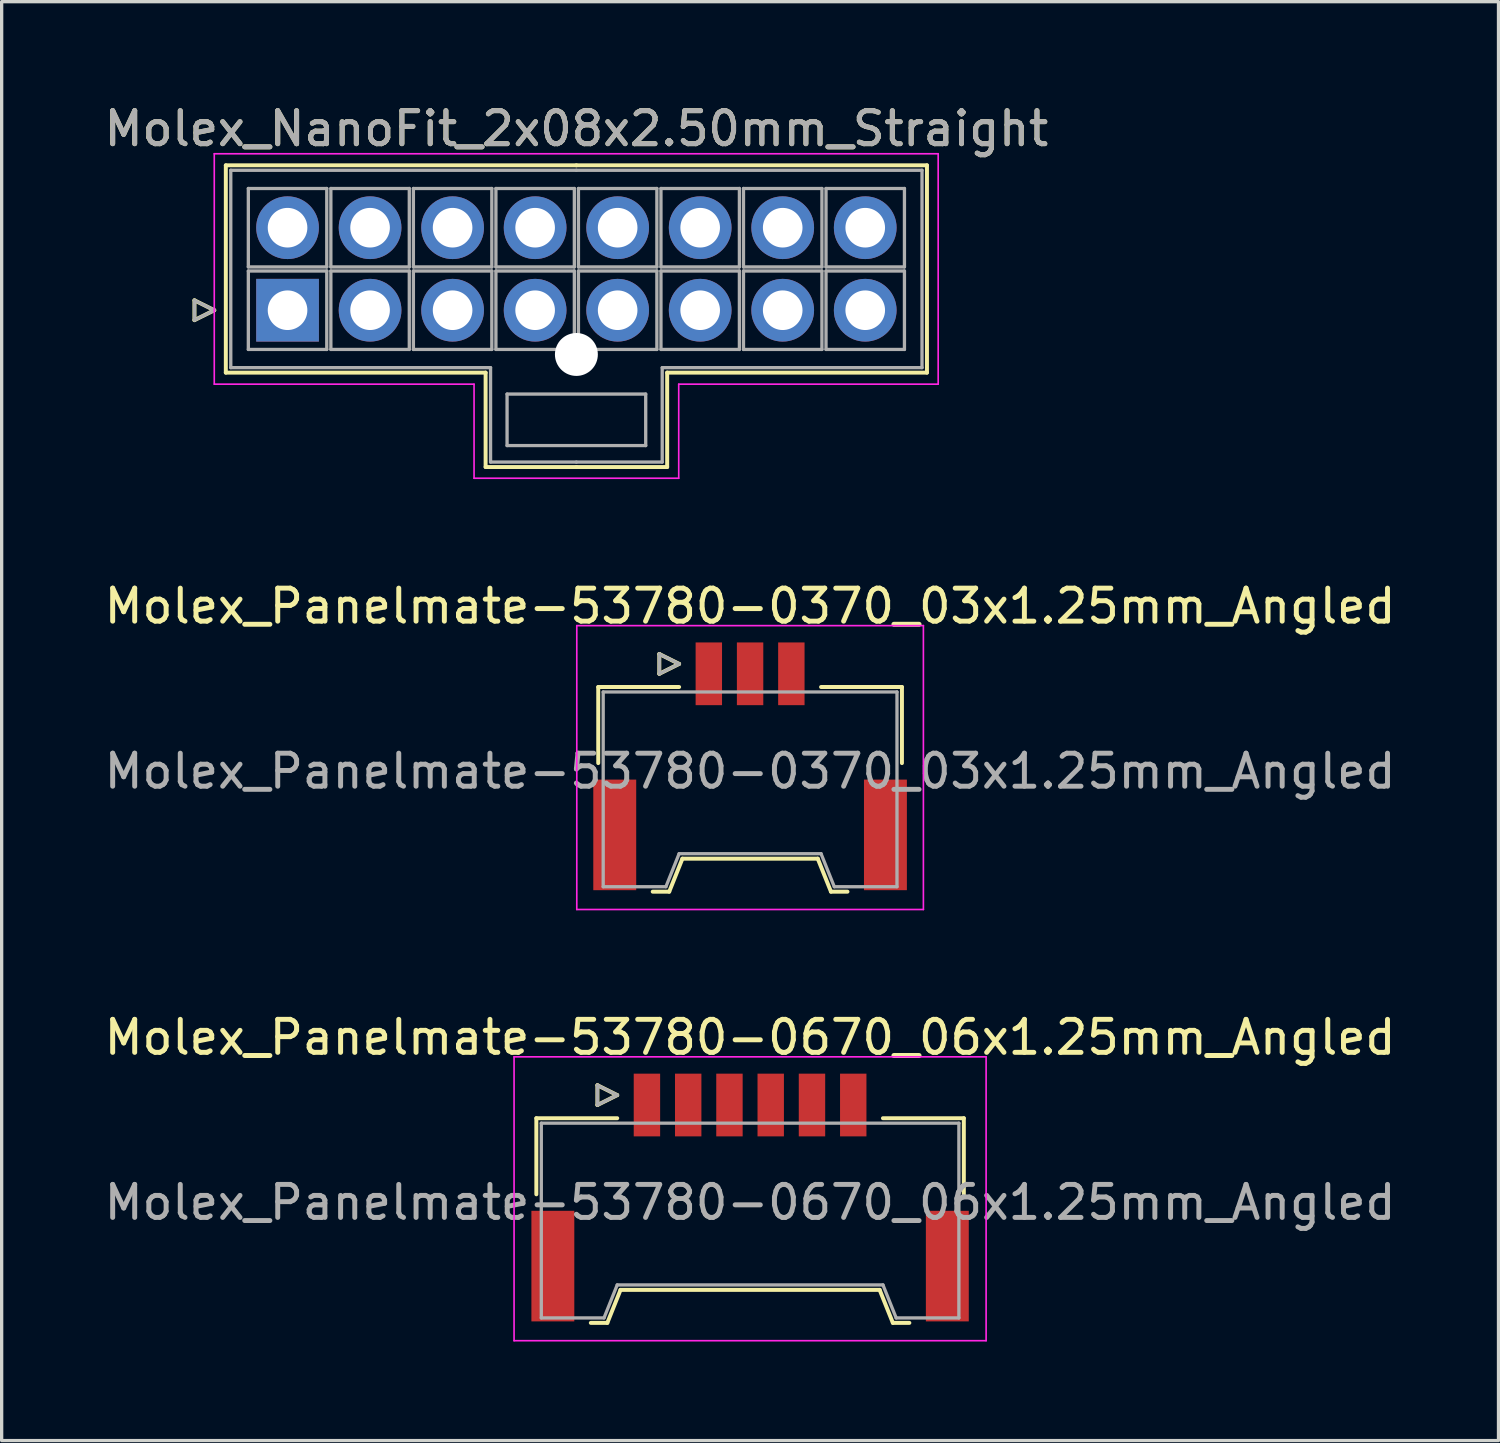
<source format=kicad_pcb>
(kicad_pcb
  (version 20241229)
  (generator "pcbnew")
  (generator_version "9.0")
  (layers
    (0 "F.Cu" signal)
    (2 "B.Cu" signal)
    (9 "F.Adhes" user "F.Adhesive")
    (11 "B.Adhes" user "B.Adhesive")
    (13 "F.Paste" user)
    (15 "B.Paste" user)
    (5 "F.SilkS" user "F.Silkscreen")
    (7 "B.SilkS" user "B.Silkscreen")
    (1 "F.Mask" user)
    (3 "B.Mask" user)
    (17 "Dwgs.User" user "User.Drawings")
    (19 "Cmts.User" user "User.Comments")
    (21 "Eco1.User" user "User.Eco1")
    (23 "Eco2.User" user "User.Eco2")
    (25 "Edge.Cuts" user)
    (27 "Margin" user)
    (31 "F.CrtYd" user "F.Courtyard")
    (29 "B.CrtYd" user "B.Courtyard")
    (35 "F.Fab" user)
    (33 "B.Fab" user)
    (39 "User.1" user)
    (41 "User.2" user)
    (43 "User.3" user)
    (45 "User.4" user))
  (footprint "Molex_Panelmate-53780-0370_03x1.25mm_Angled"
    (layer "F.Cu")
    (at 19.673 19.802)
    (property "Reference" "Molex_Panelmate-53780-0370_03x1.25mm_Angled" (at 0 -4.49 0) (layer "F.SilkS") (effects (font (size 1 1) (thickness 0.15))))
    (attr smd)
    (fp_line (start -4.6 -2.04) (end -4.6 0.265) (stroke (width 0.12) (type solid)) (layer "F.SilkS"))
    (fp_line (start -2.95 4.16) (end -2.45 4.16) (stroke (width 0.12) (type solid)) (layer "F.SilkS"))
    (fp_line (start -2.75 -3.04) (end -2.75 -2.44) (stroke (width 0.12) (type solid)) (layer "F.SilkS"))
    (fp_line (start -2.75 -2.44) (end -2.15 -2.74) (stroke (width 0.12) (type solid)) (layer "F.SilkS"))
    (fp_line (start -2.45 4.16) (end -2.05 3.16) (stroke (width 0.12) (type solid)) (layer "F.SilkS"))
    (fp_line (start -2.15 -2.74) (end -2.75 -3.04) (stroke (width 0.12) (type solid)) (layer "F.SilkS"))
    (fp_line (start -2.15 -2.04) (end -4.6 -2.04) (stroke (width 0.12) (type solid)) (layer "F.SilkS"))
    (fp_line (start -2.05 3.16) (end 2.05 3.16) (stroke (width 0.12) (type solid)) (layer "F.SilkS"))
    (fp_line (start 2.05 3.16) (end 2.45 4.16) (stroke (width 0.12) (type solid)) (layer "F.SilkS"))
    (fp_line (start 2.15 -2.04) (end 4.6 -2.04) (stroke (width 0.12) (type solid)) (layer "F.SilkS"))
    (fp_line (start 2.45 4.16) (end 2.95 4.16) (stroke (width 0.12) (type solid)) (layer "F.SilkS"))
    (fp_line (start 4.6 -2.04) (end 4.6 0.265) (stroke (width 0.12) (type solid)) (layer "F.SilkS"))
    (fp_line (start -5.25 -3.9) (end -5.25 4.7) (stroke (width 0.05) (type solid)) (layer "F.CrtYd"))
    (fp_line (start -5.25 4.7) (end 5.25 4.7) (stroke (width 0.05) (type solid)) (layer "F.CrtYd"))
    (fp_line (start 5.25 -3.9) (end -5.25 -3.9) (stroke (width 0.05) (type solid)) (layer "F.CrtYd"))
    (fp_line (start 5.25 4.7) (end 5.25 -3.9) (stroke (width 0.05) (type solid)) (layer "F.CrtYd"))
    (fp_line (start -4.45 -1.89) (end -4.45 4.01) (stroke (width 0.1) (type solid)) (layer "F.Fab"))
    (fp_line (start -4.45 4.01) (end -2.55 4.01) (stroke (width 0.1) (type solid)) (layer "F.Fab"))
    (fp_line (start -2.75 -3.04) (end -2.75 -2.44) (stroke (width 0.1) (type solid)) (layer "F.Fab"))
    (fp_line (start -2.75 -2.44) (end -2.15 -2.74) (stroke (width 0.1) (type solid)) (layer "F.Fab"))
    (fp_line (start -2.55 4.01) (end -2.15 3.01) (stroke (width 0.1) (type solid)) (layer "F.Fab"))
    (fp_line (start -2.15 -2.74) (end -2.75 -3.04) (stroke (width 0.1) (type solid)) (layer "F.Fab"))
    (fp_line (start -2.15 3.01) (end 2.15 3.01) (stroke (width 0.1) (type solid)) (layer "F.Fab"))
    (fp_line (start 2.15 3.01) (end 2.55 4.01) (stroke (width 0.1) (type solid)) (layer "F.Fab"))
    (fp_line (start 2.55 4.01) (end 4.45 4.01) (stroke (width 0.1) (type solid)) (layer "F.Fab"))
    (fp_line (start 4.45 -1.89) (end -4.45 -1.89) (stroke (width 0.1) (type solid)) (layer "F.Fab"))
    (fp_line (start 4.45 4.01) (end 4.45 -1.89) (stroke (width 0.1) (type solid)) (layer "F.Fab"))
    (fp_text user "${REFERENCE}" (at 0 0.51 0) (layer "F.Fab") (effects (font (size 1 1) (thickness 0.15))))
    (pad "" smd rect (at -4.1 2.44) (size 1.3 3.35) (layers "F.Cu" "F.Mask" "F.Paste"))
    (pad "" smd rect (at 4.1 2.44) (size 1.3 3.35) (layers "F.Cu" "F.Mask" "F.Paste"))
    (pad "1" smd rect (at -1.25 -2.44) (size 0.8 1.9) (layers "F.Cu" "F.Mask" "F.Paste"))
    (pad "2" smd rect (at 0 -2.44) (size 0.8 1.9) (layers "F.Cu" "F.Mask" "F.Paste"))
    (pad "3" smd rect (at 1.25 -2.44) (size 0.8 1.9) (layers "F.Cu" "F.Mask" "F.Paste")))
  (footprint "Molex_NanoFit_2x08x2.50mm_Straight"
    (layer "F.Cu")
    (at 5.661 6.348)
    (property "Reference" "Molex_NanoFit_2x08x2.50mm_Straight" (at 8.75 -5.5 0) (layer "F.SilkS") (effects (font (size 1 1) (thickness 0.15))))
    (attr through_hole)
    (fp_line (start -2.82 -0.3) (end -2.22 0) (stroke (width 0.12) (type solid)) (layer "F.SilkS"))
    (fp_line (start -2.82 0.3) (end -2.82 -0.3) (stroke (width 0.12) (type solid)) (layer "F.SilkS"))
    (fp_line (start -2.22 0) (end -2.82 0.3) (stroke (width 0.12) (type solid)) (layer "F.SilkS"))
    (fp_line (start -1.87 -4.39) (end -1.87 1.89) (stroke (width 0.12) (type solid)) (layer "F.SilkS"))
    (fp_line (start -1.87 1.89) (end 6 1.89) (stroke (width 0.12) (type solid)) (layer "F.SilkS"))
    (fp_line (start 6 1.89) (end 6 4.75) (stroke (width 0.12) (type solid)) (layer "F.SilkS"))
    (fp_line (start 6 4.75) (end 8.75 4.75) (stroke (width 0.12) (type solid)) (layer "F.SilkS"))
    (fp_line (start 8.75 -4.39) (end -1.87 -4.39) (stroke (width 0.12) (type solid)) (layer "F.SilkS"))
    (fp_line (start 8.75 -4.39) (end 19.37 -4.39) (stroke (width 0.12) (type solid)) (layer "F.SilkS"))
    (fp_line (start 11.5 1.89) (end 11.5 4.75) (stroke (width 0.12) (type solid)) (layer "F.SilkS"))
    (fp_line (start 11.5 4.75) (end 8.75 4.75) (stroke (width 0.12) (type solid)) (layer "F.SilkS"))
    (fp_line (start 19.37 -4.39) (end 19.37 1.89) (stroke (width 0.12) (type solid)) (layer "F.SilkS"))
    (fp_line (start 19.37 1.89) (end 11.5 1.89) (stroke (width 0.12) (type solid)) (layer "F.SilkS"))
    (fp_line (start -2.22 -4.74) (end -2.22 2.24) (stroke (width 0.05) (type solid)) (layer "F.CrtYd"))
    (fp_line (start -2.22 2.24) (end 5.65 2.24) (stroke (width 0.05) (type solid)) (layer "F.CrtYd"))
    (fp_line (start 5.65 2.24) (end 5.65 5.09) (stroke (width 0.05) (type solid)) (layer "F.CrtYd"))
    (fp_line (start 5.65 5.09) (end 11.85 5.09) (stroke (width 0.05) (type solid)) (layer "F.CrtYd"))
    (fp_line (start 11.85 2.24) (end 19.71 2.24) (stroke (width 0.05) (type solid)) (layer "F.CrtYd"))
    (fp_line (start 11.85 5.09) (end 11.85 2.24) (stroke (width 0.05) (type solid)) (layer "F.CrtYd"))
    (fp_line (start 19.71 -4.74) (end -2.22 -4.74) (stroke (width 0.05) (type solid)) (layer "F.CrtYd"))
    (fp_line (start 19.71 2.24) (end 19.71 -4.74) (stroke (width 0.05) (type solid)) (layer "F.CrtYd"))
    (fp_line (start -2.82 -0.3) (end -2.22 0) (stroke (width 0.1) (type solid)) (layer "F.Fab"))
    (fp_line (start -2.82 0.3) (end -2.82 -0.3) (stroke (width 0.1) (type solid)) (layer "F.Fab"))
    (fp_line (start -2.22 0) (end -2.82 0.3) (stroke (width 0.1) (type solid)) (layer "F.Fab"))
    (fp_line (start -1.72 -4.24) (end -1.72 1.74) (stroke (width 0.1) (type solid)) (layer "F.Fab"))
    (fp_line (start -1.72 1.74) (end 6.15 1.74) (stroke (width 0.1) (type solid)) (layer "F.Fab"))
    (fp_line (start -1.188 -3.688) (end -1.188 -1.312) (stroke (width 0.1) (type solid)) (layer "F.Fab"))
    (fp_line (start -1.188 -1.312) (end 1.188 -1.312) (stroke (width 0.1) (type solid)) (layer "F.Fab"))
    (fp_line (start -1.188 -1.188) (end -1.188 1.188) (stroke (width 0.1) (type solid)) (layer "F.Fab"))
    (fp_line (start -1.188 1.188) (end 1.188 1.188) (stroke (width 0.1) (type solid)) (layer "F.Fab"))
    (fp_line (start 1.188 -3.688) (end -1.188 -3.688) (stroke (width 0.1) (type solid)) (layer "F.Fab"))
    (fp_line (start 1.188 -1.312) (end 1.188 -3.688) (stroke (width 0.1) (type solid)) (layer "F.Fab"))
    (fp_line (start 1.188 -1.188) (end -1.188 -1.188) (stroke (width 0.1) (type solid)) (layer "F.Fab"))
    (fp_line (start 1.188 1.188) (end 1.188 -1.188) (stroke (width 0.1) (type solid)) (layer "F.Fab"))
    (fp_line (start 1.312 -3.688) (end 1.312 -1.312) (stroke (width 0.1) (type solid)) (layer "F.Fab"))
    (fp_line (start 1.312 -1.312) (end 3.688 -1.312) (stroke (width 0.1) (type solid)) (layer "F.Fab"))
    (fp_line (start 1.312 -1.188) (end 1.312 1.188) (stroke (width 0.1) (type solid)) (layer "F.Fab"))
    (fp_line (start 1.312 1.188) (end 3.688 1.188) (stroke (width 0.1) (type solid)) (layer "F.Fab"))
    (fp_line (start 3.688 -3.688) (end 1.312 -3.688) (stroke (width 0.1) (type solid)) (layer "F.Fab"))
    (fp_line (start 3.688 -1.312) (end 3.688 -3.688) (stroke (width 0.1) (type solid)) (layer "F.Fab"))
    (fp_line (start 3.688 -1.188) (end 1.312 -1.188) (stroke (width 0.1) (type solid)) (layer "F.Fab"))
    (fp_line (start 3.688 1.188) (end 3.688 -1.188) (stroke (width 0.1) (type solid)) (layer "F.Fab"))
    (fp_line (start 3.812 -3.688) (end 3.812 -1.312) (stroke (width 0.1) (type solid)) (layer "F.Fab"))
    (fp_line (start 3.812 -1.312) (end 6.188 -1.312) (stroke (width 0.1) (type solid)) (layer "F.Fab"))
    (fp_line (start 3.812 -1.188) (end 3.812 1.188) (stroke (width 0.1) (type solid)) (layer "F.Fab"))
    (fp_line (start 3.812 1.188) (end 6.188 1.188) (stroke (width 0.1) (type solid)) (layer "F.Fab"))
    (fp_line (start 6.15 1.74) (end 6.15 4.6) (stroke (width 0.1) (type solid)) (layer "F.Fab"))
    (fp_line (start 6.15 4.6) (end 8.75 4.6) (stroke (width 0.1) (type solid)) (layer "F.Fab"))
    (fp_line (start 6.188 -3.688) (end 3.812 -3.688) (stroke (width 0.1) (type solid)) (layer "F.Fab"))
    (fp_line (start 6.188 -1.312) (end 6.188 -3.688) (stroke (width 0.1) (type solid)) (layer "F.Fab"))
    (fp_line (start 6.188 -1.188) (end 3.812 -1.188) (stroke (width 0.1) (type solid)) (layer "F.Fab"))
    (fp_line (start 6.188 1.188) (end 6.188 -1.188) (stroke (width 0.1) (type solid)) (layer "F.Fab"))
    (fp_line (start 6.312 -3.688) (end 6.312 -1.312) (stroke (width 0.1) (type solid)) (layer "F.Fab"))
    (fp_line (start 6.312 -1.312) (end 8.688 -1.312) (stroke (width 0.1) (type solid)) (layer "F.Fab"))
    (fp_line (start 6.312 -1.188) (end 6.312 1.188) (stroke (width 0.1) (type solid)) (layer "F.Fab"))
    (fp_line (start 6.312 1.188) (end 8.688 1.188) (stroke (width 0.1) (type solid)) (layer "F.Fab"))
    (fp_line (start 6.65 2.54) (end 6.65 4.1) (stroke (width 0.1) (type solid)) (layer "F.Fab"))
    (fp_line (start 6.65 4.1) (end 10.85 4.1) (stroke (width 0.1) (type solid)) (layer "F.Fab"))
    (fp_line (start 8.688 -3.688) (end 6.312 -3.688) (stroke (width 0.1) (type solid)) (layer "F.Fab"))
    (fp_line (start 8.688 -1.312) (end 8.688 -3.688) (stroke (width 0.1) (type solid)) (layer "F.Fab"))
    (fp_line (start 8.688 -1.188) (end 6.312 -1.188) (stroke (width 0.1) (type solid)) (layer "F.Fab"))
    (fp_line (start 8.688 1.188) (end 8.688 -1.188) (stroke (width 0.1) (type solid)) (layer "F.Fab"))
    (fp_line (start 8.75 -4.24) (end -1.72 -4.24) (stroke (width 0.1) (type solid)) (layer "F.Fab"))
    (fp_line (start 8.75 -4.24) (end 19.22 -4.24) (stroke (width 0.1) (type solid)) (layer "F.Fab"))
    (fp_line (start 8.812 -3.688) (end 8.812 -1.312) (stroke (width 0.1) (type solid)) (layer "F.Fab"))
    (fp_line (start 8.812 -1.312) (end 11.188 -1.312) (stroke (width 0.1) (type solid)) (layer "F.Fab"))
    (fp_line (start 8.812 -1.188) (end 8.812 1.188) (stroke (width 0.1) (type solid)) (layer "F.Fab"))
    (fp_line (start 8.812 1.188) (end 11.188 1.188) (stroke (width 0.1) (type solid)) (layer "F.Fab"))
    (fp_line (start 10.85 2.54) (end 6.65 2.54) (stroke (width 0.1) (type solid)) (layer "F.Fab"))
    (fp_line (start 10.85 4.1) (end 10.85 2.54) (stroke (width 0.1) (type solid)) (layer "F.Fab"))
    (fp_line (start 11.188 -3.688) (end 8.812 -3.688) (stroke (width 0.1) (type solid)) (layer "F.Fab"))
    (fp_line (start 11.188 -1.312) (end 11.188 -3.688) (stroke (width 0.1) (type solid)) (layer "F.Fab"))
    (fp_line (start 11.188 -1.188) (end 8.812 -1.188) (stroke (width 0.1) (type solid)) (layer "F.Fab"))
    (fp_line (start 11.188 1.188) (end 11.188 -1.188) (stroke (width 0.1) (type solid)) (layer "F.Fab"))
    (fp_line (start 11.312 -3.688) (end 11.312 -1.312) (stroke (width 0.1) (type solid)) (layer "F.Fab"))
    (fp_line (start 11.312 -1.312) (end 13.688 -1.312) (stroke (width 0.1) (type solid)) (layer "F.Fab"))
    (fp_line (start 11.312 -1.188) (end 11.312 1.188) (stroke (width 0.1) (type solid)) (layer "F.Fab"))
    (fp_line (start 11.312 1.188) (end 13.688 1.188) (stroke (width 0.1) (type solid)) (layer "F.Fab"))
    (fp_line (start 11.35 1.74) (end 11.35 4.6) (stroke (width 0.1) (type solid)) (layer "F.Fab"))
    (fp_line (start 11.35 4.6) (end 8.75 4.6) (stroke (width 0.1) (type solid)) (layer "F.Fab"))
    (fp_line (start 13.688 -3.688) (end 11.312 -3.688) (stroke (width 0.1) (type solid)) (layer "F.Fab"))
    (fp_line (start 13.688 -1.312) (end 13.688 -3.688) (stroke (width 0.1) (type solid)) (layer "F.Fab"))
    (fp_line (start 13.688 -1.188) (end 11.312 -1.188) (stroke (width 0.1) (type solid)) (layer "F.Fab"))
    (fp_line (start 13.688 1.188) (end 13.688 -1.188) (stroke (width 0.1) (type solid)) (layer "F.Fab"))
    (fp_line (start 13.812 -3.688) (end 13.812 -1.312) (stroke (width 0.1) (type solid)) (layer "F.Fab"))
    (fp_line (start 13.812 -1.312) (end 16.188 -1.312) (stroke (width 0.1) (type solid)) (layer "F.Fab"))
    (fp_line (start 13.812 -1.188) (end 13.812 1.188) (stroke (width 0.1) (type solid)) (layer "F.Fab"))
    (fp_line (start 13.812 1.188) (end 16.188 1.188) (stroke (width 0.1) (type solid)) (layer "F.Fab"))
    (fp_line (start 16.188 -3.688) (end 13.812 -3.688) (stroke (width 0.1) (type solid)) (layer "F.Fab"))
    (fp_line (start 16.188 -1.312) (end 16.188 -3.688) (stroke (width 0.1) (type solid)) (layer "F.Fab"))
    (fp_line (start 16.188 -1.188) (end 13.812 -1.188) (stroke (width 0.1) (type solid)) (layer "F.Fab"))
    (fp_line (start 16.188 1.188) (end 16.188 -1.188) (stroke (width 0.1) (type solid)) (layer "F.Fab"))
    (fp_line (start 16.312 -3.688) (end 16.312 -1.312) (stroke (width 0.1) (type solid)) (layer "F.Fab"))
    (fp_line (start 16.312 -1.312) (end 18.688 -1.312) (stroke (width 0.1) (type solid)) (layer "F.Fab"))
    (fp_line (start 16.312 -1.188) (end 16.312 1.188) (stroke (width 0.1) (type solid)) (layer "F.Fab"))
    (fp_line (start 16.312 1.188) (end 18.688 1.188) (stroke (width 0.1) (type solid)) (layer "F.Fab"))
    (fp_line (start 18.688 -3.688) (end 16.312 -3.688) (stroke (width 0.1) (type solid)) (layer "F.Fab"))
    (fp_line (start 18.688 -1.312) (end 18.688 -3.688) (stroke (width 0.1) (type solid)) (layer "F.Fab"))
    (fp_line (start 18.688 -1.188) (end 16.312 -1.188) (stroke (width 0.1) (type solid)) (layer "F.Fab"))
    (fp_line (start 18.688 1.188) (end 18.688 -1.188) (stroke (width 0.1) (type solid)) (layer "F.Fab"))
    (fp_line (start 19.22 -4.24) (end 19.22 1.74) (stroke (width 0.1) (type solid)) (layer "F.Fab"))
    (fp_line (start 19.22 1.74) (end 11.35 1.74) (stroke (width 0.1) (type solid)) (layer "F.Fab"))
    (fp_text user "${REFERENCE}" (at 8.75 -5.5 0) (layer "F.Fab") (effects (font (size 1 1) (thickness 0.15))))
    (pad "" np_thru_hole circle (at 8.75 1.34) (size 1.3 1.3) (drill 1.3) (layers "*.Cu" "*.Mask"))
    (pad "1" thru_hole rect (at 0 0) (size 1.9 1.9) (drill 1.2) (layers "*.Cu" "*.Mask"))
    (pad "2" thru_hole circle (at 2.5 0) (size 1.9 1.9) (drill 1.2) (layers "*.Cu" "*.Mask"))
    (pad "3" thru_hole circle (at 5 0) (size 1.9 1.9) (drill 1.2) (layers "*.Cu" "*.Mask"))
    (pad "4" thru_hole circle (at 7.5 0) (size 1.9 1.9) (drill 1.2) (layers "*.Cu" "*.Mask"))
    (pad "5" thru_hole circle (at 10 0) (size 1.9 1.9) (drill 1.2) (layers "*.Cu" "*.Mask"))
    (pad "6" thru_hole circle (at 12.5 0) (size 1.9 1.9) (drill 1.2) (layers "*.Cu" "*.Mask"))
    (pad "7" thru_hole circle (at 15 0) (size 1.9 1.9) (drill 1.2) (layers "*.Cu" "*.Mask"))
    (pad "8" thru_hole circle (at 17.5 0) (size 1.9 1.9) (drill 1.2) (layers "*.Cu" "*.Mask"))
    (pad "9" thru_hole circle (at 0 -2.5) (size 1.9 1.9) (drill 1.2) (layers "*.Cu" "*.Mask"))
    (pad "10" thru_hole circle (at 2.5 -2.5) (size 1.9 1.9) (drill 1.2) (layers "*.Cu" "*.Mask"))
    (pad "11" thru_hole circle (at 5 -2.5) (size 1.9 1.9) (drill 1.2) (layers "*.Cu" "*.Mask"))
    (pad "12" thru_hole circle (at 7.5 -2.5) (size 1.9 1.9) (drill 1.2) (layers "*.Cu" "*.Mask"))
    (pad "13" thru_hole circle (at 10 -2.5) (size 1.9 1.9) (drill 1.2) (layers "*.Cu" "*.Mask"))
    (pad "14" thru_hole circle (at 12.5 -2.5) (size 1.9 1.9) (drill 1.2) (layers "*.Cu" "*.Mask"))
    (pad "15" thru_hole circle (at 15 -2.5) (size 1.9 1.9) (drill 1.2) (layers "*.Cu" "*.Mask"))
    (pad "16" thru_hole circle (at 17.5 -2.5) (size 1.9 1.9) (drill 1.2) (layers "*.Cu" "*.Mask")))
  (footprint "Molex_Panelmate-53780-0670_06x1.25mm_Angled"
    (layer "F.Cu")
    (at 19.673 32.865)
    (property "Reference" "Molex_Panelmate-53780-0670_06x1.25mm_Angled" (at 0 -4.49 0) (layer "F.SilkS") (effects (font (size 1 1) (thickness 0.15))))
    (attr smd)
    (fp_line (start -6.475 -2.04) (end -6.475 0.265) (stroke (width 0.12) (type solid)) (layer "F.SilkS"))
    (fp_line (start -4.825 4.16) (end -4.325 4.16) (stroke (width 0.12) (type solid)) (layer "F.SilkS"))
    (fp_line (start -4.625 -3.04) (end -4.625 -2.44) (stroke (width 0.12) (type solid)) (layer "F.SilkS"))
    (fp_line (start -4.625 -2.44) (end -4.025 -2.74) (stroke (width 0.12) (type solid)) (layer "F.SilkS"))
    (fp_line (start -4.325 4.16) (end -3.925 3.16) (stroke (width 0.12) (type solid)) (layer "F.SilkS"))
    (fp_line (start -4.025 -2.74) (end -4.625 -3.04) (stroke (width 0.12) (type solid)) (layer "F.SilkS"))
    (fp_line (start -4.025 -2.04) (end -6.475 -2.04) (stroke (width 0.12) (type solid)) (layer "F.SilkS"))
    (fp_line (start -3.925 3.16) (end 3.925 3.16) (stroke (width 0.12) (type solid)) (layer "F.SilkS"))
    (fp_line (start 3.925 3.16) (end 4.325 4.16) (stroke (width 0.12) (type solid)) (layer "F.SilkS"))
    (fp_line (start 4.025 -2.04) (end 6.475 -2.04) (stroke (width 0.12) (type solid)) (layer "F.SilkS"))
    (fp_line (start 4.325 4.16) (end 4.825 4.16) (stroke (width 0.12) (type solid)) (layer "F.SilkS"))
    (fp_line (start 6.475 -2.04) (end 6.475 0.265) (stroke (width 0.12) (type solid)) (layer "F.SilkS"))
    (fp_line (start -7.15 -3.9) (end -7.15 4.7) (stroke (width 0.05) (type solid)) (layer "F.CrtYd"))
    (fp_line (start -7.15 4.7) (end 7.15 4.7) (stroke (width 0.05) (type solid)) (layer "F.CrtYd"))
    (fp_line (start 7.15 -3.9) (end -7.15 -3.9) (stroke (width 0.05) (type solid)) (layer "F.CrtYd"))
    (fp_line (start 7.15 4.7) (end 7.15 -3.9) (stroke (width 0.05) (type solid)) (layer "F.CrtYd"))
    (fp_line (start -6.325 -1.89) (end -6.325 4.01) (stroke (width 0.1) (type solid)) (layer "F.Fab"))
    (fp_line (start -6.325 4.01) (end -4.425 4.01) (stroke (width 0.1) (type solid)) (layer "F.Fab"))
    (fp_line (start -4.625 -3.04) (end -4.625 -2.44) (stroke (width 0.1) (type solid)) (layer "F.Fab"))
    (fp_line (start -4.625 -2.44) (end -4.025 -2.74) (stroke (width 0.1) (type solid)) (layer "F.Fab"))
    (fp_line (start -4.425 4.01) (end -4.025 3.01) (stroke (width 0.1) (type solid)) (layer "F.Fab"))
    (fp_line (start -4.025 -2.74) (end -4.625 -3.04) (stroke (width 0.1) (type solid)) (layer "F.Fab"))
    (fp_line (start -4.025 3.01) (end 4.025 3.01) (stroke (width 0.1) (type solid)) (layer "F.Fab"))
    (fp_line (start 4.025 3.01) (end 4.425 4.01) (stroke (width 0.1) (type solid)) (layer "F.Fab"))
    (fp_line (start 4.425 4.01) (end 6.325 4.01) (stroke (width 0.1) (type solid)) (layer "F.Fab"))
    (fp_line (start 6.325 -1.89) (end -6.325 -1.89) (stroke (width 0.1) (type solid)) (layer "F.Fab"))
    (fp_line (start 6.325 4.01) (end 6.325 -1.89) (stroke (width 0.1) (type solid)) (layer "F.Fab"))
    (fp_text user "${REFERENCE}" (at 0 0.51 0) (layer "F.Fab") (effects (font (size 1 1) (thickness 0.15))))
    (pad "" smd rect (at -5.975 2.44) (size 1.3 3.35) (layers "F.Cu" "F.Mask" "F.Paste"))
    (pad "" smd rect (at 5.975 2.44) (size 1.3 3.35) (layers "F.Cu" "F.Mask" "F.Paste"))
    (pad "1" smd rect (at -3.125 -2.44) (size 0.8 1.9) (layers "F.Cu" "F.Mask" "F.Paste"))
    (pad "2" smd rect (at -1.875 -2.44) (size 0.8 1.9) (layers "F.Cu" "F.Mask" "F.Paste"))
    (pad "3" smd rect (at -0.625 -2.44) (size 0.8 1.9) (layers "F.Cu" "F.Mask" "F.Paste"))
    (pad "4" smd rect (at 0.625 -2.44) (size 0.8 1.9) (layers "F.Cu" "F.Mask" "F.Paste"))
    (pad "5" smd rect (at 1.875 -2.44) (size 0.8 1.9) (layers "F.Cu" "F.Mask" "F.Paste"))
    (pad "6" smd rect (at 3.125 -2.44) (size 0.8 1.9) (layers "F.Cu" "F.Mask" "F.Paste")))
  (gr_rect
    (start -3 -3)
    (end 42.345 40.59)
    (stroke (width 0.1) (type default))
    (fill no)
    (layer "Edge.Cuts")))
</source>
